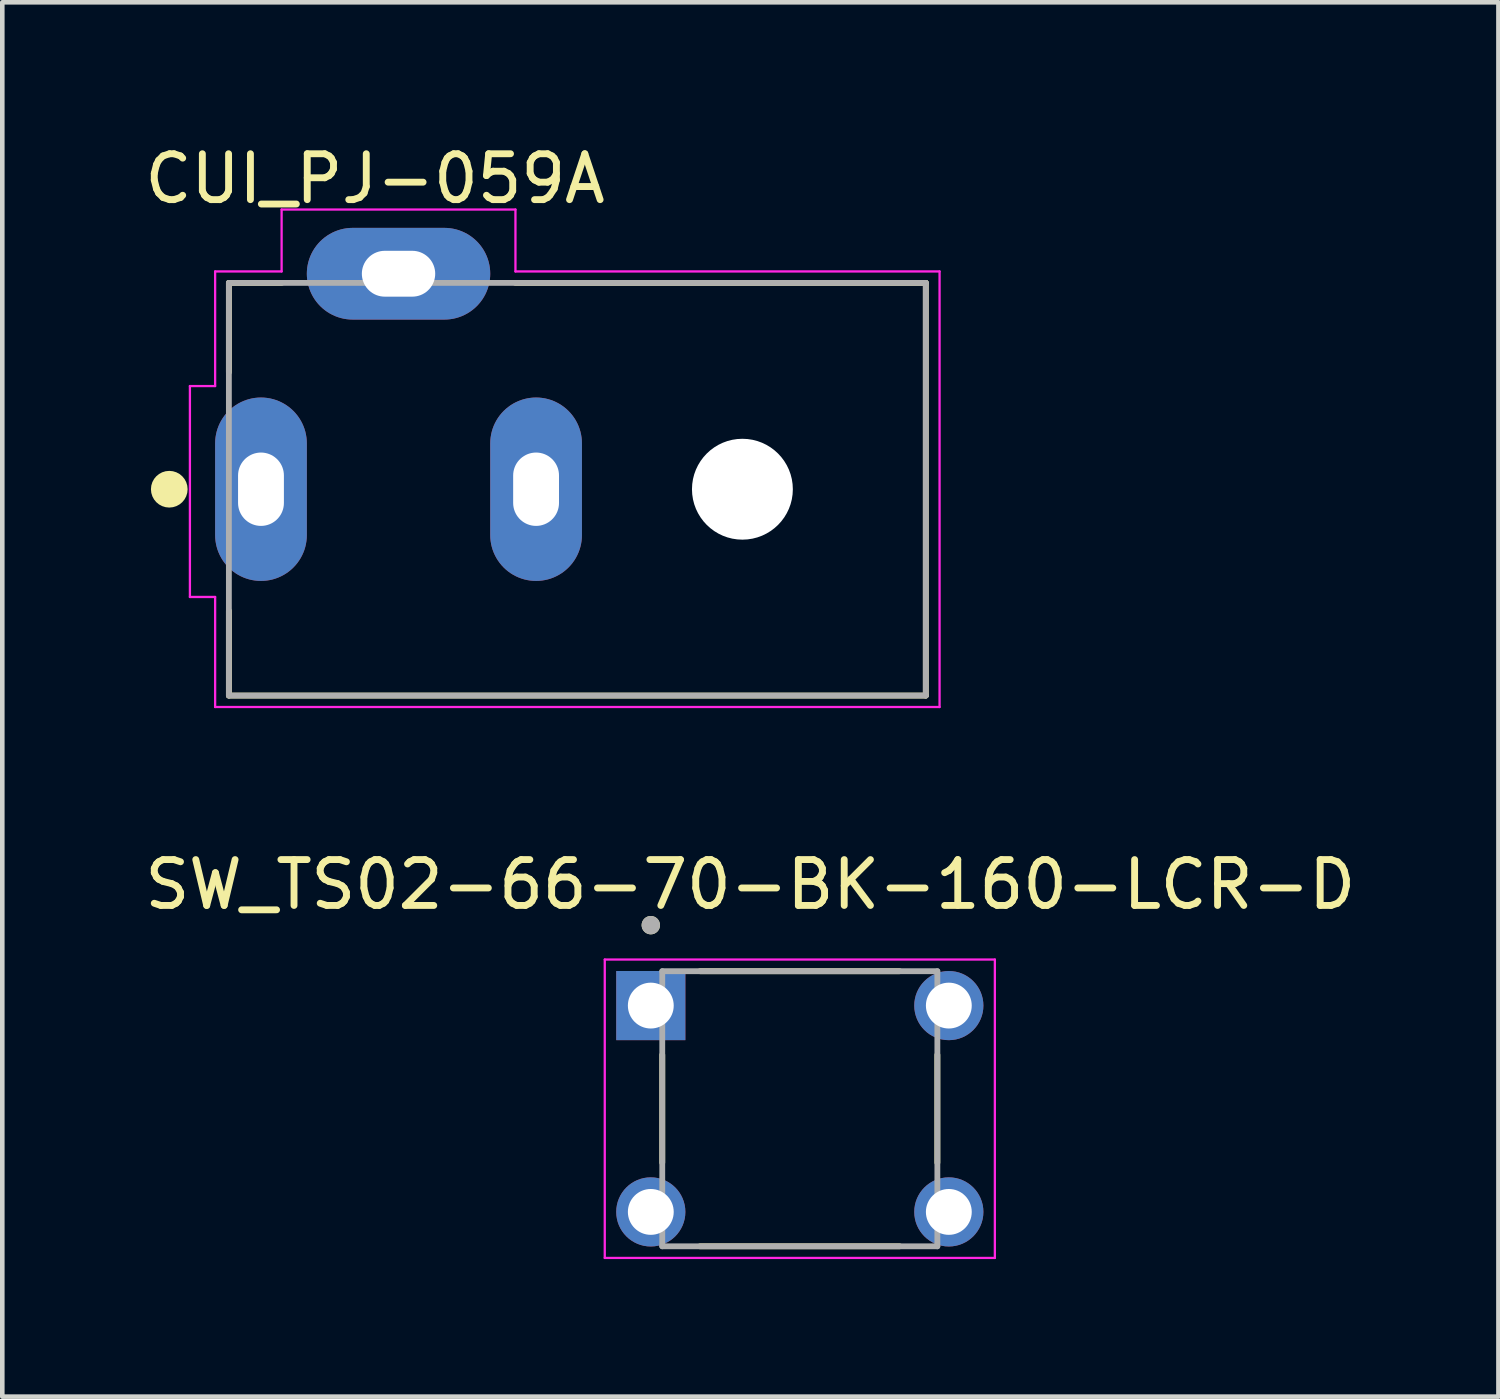
<source format=kicad_pcb>
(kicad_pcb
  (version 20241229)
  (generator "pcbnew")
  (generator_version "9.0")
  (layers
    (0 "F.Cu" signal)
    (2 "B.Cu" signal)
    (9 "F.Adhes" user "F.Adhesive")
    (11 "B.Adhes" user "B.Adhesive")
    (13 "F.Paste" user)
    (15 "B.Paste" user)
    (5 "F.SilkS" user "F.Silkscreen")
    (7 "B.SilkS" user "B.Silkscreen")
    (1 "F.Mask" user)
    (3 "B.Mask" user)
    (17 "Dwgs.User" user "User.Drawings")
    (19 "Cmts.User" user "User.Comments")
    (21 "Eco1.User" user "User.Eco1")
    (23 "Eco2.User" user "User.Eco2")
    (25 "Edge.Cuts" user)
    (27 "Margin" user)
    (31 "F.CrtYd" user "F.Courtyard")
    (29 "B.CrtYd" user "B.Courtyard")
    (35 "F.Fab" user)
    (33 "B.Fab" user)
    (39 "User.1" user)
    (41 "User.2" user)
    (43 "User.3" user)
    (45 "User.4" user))
  (footprint "SW_TS02-66-70-BK-160-LCR-D"
    (layer "F.Cu")
    (at 14.394 21.132)
    (property "Reference" "SW_TS02-66-70-BK-160-LCR-D" (at -1.079 -4.889 0) (layer "F.SilkS") (effects (font (size 1 1) (thickness 0.15))))
    (attr through_hole)
    (fp_line (start -3 -1.176) (end -3 1.176) (stroke (width 0.127) (type solid)) (layer "F.SilkS"))
    (fp_line (start -2.176 -3) (end 2.176 -3) (stroke (width 0.127) (type solid)) (layer "F.SilkS"))
    (fp_line (start -2.176 3) (end 2.176 3) (stroke (width 0.127) (type solid)) (layer "F.SilkS"))
    (fp_line (start 3 -1.176) (end 3 1.176) (stroke (width 0.127) (type solid)) (layer "F.SilkS"))
    (fp_circle (center -3.25 -4.004) (end -3.15 -4.004) (stroke (width 0.2) (type solid)) (fill no) (layer "F.SilkS"))
    (fp_line (start -4.254 -3.254) (end -4.254 3.254) (stroke (width 0.05) (type solid)) (layer "F.CrtYd"))
    (fp_line (start -4.254 3.254) (end 4.254 3.254) (stroke (width 0.05) (type solid)) (layer "F.CrtYd"))
    (fp_line (start 4.254 -3.254) (end -4.254 -3.254) (stroke (width 0.05) (type solid)) (layer "F.CrtYd"))
    (fp_line (start 4.254 3.254) (end 4.254 -3.254) (stroke (width 0.05) (type solid)) (layer "F.CrtYd"))
    (fp_line (start -3 -3) (end 3 -3) (stroke (width 0.127) (type solid)) (layer "F.Fab"))
    (fp_line (start -3 3) (end -3 -3) (stroke (width 0.127) (type solid)) (layer "F.Fab"))
    (fp_line (start 3 -3) (end 3 3) (stroke (width 0.127) (type solid)) (layer "F.Fab"))
    (fp_line (start 3 3) (end -3 3) (stroke (width 0.127) (type solid)) (layer "F.Fab"))
    (fp_circle (center -3.25 -4.004) (end -3.15 -4.004) (stroke (width 0.2) (type solid)) (fill no) (layer "F.Fab"))
    (pad "1" thru_hole rect (at -3.25 -2.25) (size 1.508 1.508) (drill 1) (layers "*.Cu" "*.Mask"))
    (pad "2" thru_hole circle (at 3.25 -2.25) (size 1.508 1.508) (drill 1) (layers "*.Cu" "*.Mask"))
    (pad "3" thru_hole circle (at -3.25 2.25) (size 1.508 1.508) (drill 1) (layers "*.Cu" "*.Mask"))
    (pad "4" thru_hole circle (at 3.25 2.25) (size 1.508 1.508) (drill 1) (layers "*.Cu" "*.Mask")))
  (footprint "CUI_PJ-059A"
    (layer "F.Cu")
    (at 2.642 7.62)
    (property "Reference" "CUI_PJ-059A" (at 2.487 -6.771 0) (layer "F.SilkS") (effects (font (size 1.001 1.001) (thickness 0.15))))
    (attr through_hole)
    (fp_line (start -0.7 -4.5) (end 0.45 -4.5) (stroke (width 0.127) (type solid)) (layer "F.SilkS"))
    (fp_line (start -0.7 -2.55) (end -0.7 -4.5) (stroke (width 0.127) (type solid)) (layer "F.SilkS"))
    (fp_line (start -0.7 4.5) (end -0.7 2.65) (stroke (width 0.127) (type solid)) (layer "F.SilkS"))
    (fp_line (start 5.55 -4.5) (end 14.5 -4.5) (stroke (width 0.127) (type solid)) (layer "F.SilkS"))
    (fp_line (start 14.5 -4.5) (end 14.5 4.5) (stroke (width 0.127) (type solid)) (layer "F.SilkS"))
    (fp_line (start 14.5 4.5) (end -0.7 4.5) (stroke (width 0.127) (type solid)) (layer "F.SilkS"))
    (fp_circle (center -2 0) (end -1.8 0) (stroke (width 0.4) (type solid)) (fill no) (layer "F.SilkS"))
    (fp_line (start -1.55 -2.25) (end -1.55 2.35) (stroke (width 0.05) (type solid)) (layer "F.CrtYd"))
    (fp_line (start -1.55 2.35) (end -1 2.35) (stroke (width 0.05) (type solid)) (layer "F.CrtYd"))
    (fp_line (start -1 -4.75) (end 0.45 -4.75) (stroke (width 0.05) (type solid)) (layer "F.CrtYd"))
    (fp_line (start -1 -2.25) (end -1.55 -2.25) (stroke (width 0.05) (type solid)) (layer "F.CrtYd"))
    (fp_line (start -1 -2.25) (end -1 -4.75) (stroke (width 0.05) (type solid)) (layer "F.CrtYd"))
    (fp_line (start -1 4.75) (end -1 2.35) (stroke (width 0.05) (type solid)) (layer "F.CrtYd"))
    (fp_line (start 0.45 -6.1) (end 5.55 -6.1) (stroke (width 0.05) (type solid)) (layer "F.CrtYd"))
    (fp_line (start 0.45 -4.75) (end 0.45 -6.1) (stroke (width 0.05) (type solid)) (layer "F.CrtYd"))
    (fp_line (start 5.55 -6.1) (end 5.55 -4.75) (stroke (width 0.05) (type solid)) (layer "F.CrtYd"))
    (fp_line (start 5.55 -4.75) (end 14.8 -4.75) (stroke (width 0.05) (type solid)) (layer "F.CrtYd"))
    (fp_line (start 14.8 -4.75) (end 14.8 4.75) (stroke (width 0.05) (type solid)) (layer "F.CrtYd"))
    (fp_line (start 14.8 4.75) (end -1 4.75) (stroke (width 0.05) (type solid)) (layer "F.CrtYd"))
    (fp_line (start -0.7 -4.5) (end 14.5 -4.5) (stroke (width 0.127) (type solid)) (layer "F.Fab"))
    (fp_line (start -0.7 4.5) (end -0.7 -4.5) (stroke (width 0.127) (type solid)) (layer "F.Fab"))
    (fp_line (start 14.5 -4.5) (end 14.5 4.5) (stroke (width 0.127) (type solid)) (layer "F.Fab"))
    (fp_line (start 14.5 4.5) (end -0.7 4.5) (stroke (width 0.127) (type solid)) (layer "F.Fab"))
    (pad "" np_thru_hole circle (at 10.5 0) (size 2.2 2.2) (drill 2.2) (layers "*.Cu" "*.Mask"))
    (pad "1" thru_hole oval (at 0 0) (size 2 4) (drill oval 1 1.6) (layers "*.Cu" "*.Mask"))
    (pad "2" thru_hole oval (at 6 0) (size 2 4) (drill oval 1 1.6) (layers "*.Cu" "*.Mask"))
    (pad "3" thru_hole oval (at 3 -4.7) (size 4 2) (drill oval 1.6 1) (layers "*.Cu" "*.Mask")))
  (gr_rect
    (start -3 -3)
    (end 29.631 27.411)
    (stroke (width 0.1) (type default))
    (fill no)
    (layer "Edge.Cuts")))
</source>
